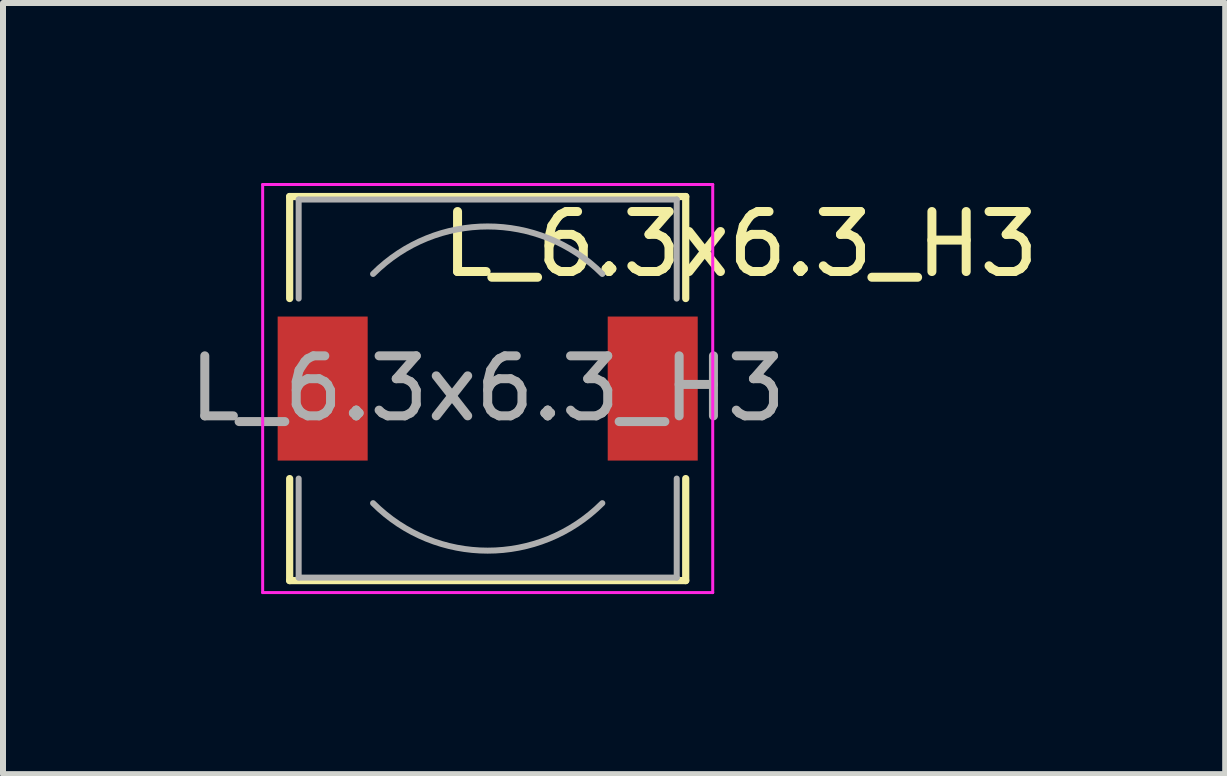
<source format=kicad_pcb>
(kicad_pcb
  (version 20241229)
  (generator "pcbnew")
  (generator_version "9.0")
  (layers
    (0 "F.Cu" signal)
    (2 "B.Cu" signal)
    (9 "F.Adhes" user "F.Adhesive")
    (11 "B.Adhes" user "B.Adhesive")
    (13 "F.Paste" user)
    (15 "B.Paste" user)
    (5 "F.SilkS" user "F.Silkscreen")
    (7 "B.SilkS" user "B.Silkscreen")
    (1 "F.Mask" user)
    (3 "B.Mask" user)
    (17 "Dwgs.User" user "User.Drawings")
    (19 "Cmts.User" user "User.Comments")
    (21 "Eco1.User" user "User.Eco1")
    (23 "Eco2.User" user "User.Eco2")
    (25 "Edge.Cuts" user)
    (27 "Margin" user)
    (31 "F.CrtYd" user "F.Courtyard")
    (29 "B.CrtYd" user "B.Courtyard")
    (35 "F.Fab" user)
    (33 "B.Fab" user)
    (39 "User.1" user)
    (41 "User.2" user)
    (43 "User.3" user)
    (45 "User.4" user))
  (footprint "L_6.3x6.3_H3"
    (layer "F.Cu")
    (at 5.077 3.425)
    (property "Reference" "L_6.3x6.3_H3" (at 4.212 -2.405 180) (layer "F.SilkS") (effects (font (size 1 1) (thickness 0.15))))
    (attr smd)
    (fp_line (start -3.3 -3.2) (end 3.3 -3.2) (stroke (width 0.12) (type solid)) (layer "F.SilkS"))
    (fp_line (start -3.3 -1.5) (end -3.3 -3.2) (stroke (width 0.12) (type solid)) (layer "F.SilkS"))
    (fp_line (start -3.3 3.2) (end -3.3 1.5) (stroke (width 0.12) (type solid)) (layer "F.SilkS"))
    (fp_line (start 3.3 -3.2) (end 3.3 -1.5) (stroke (width 0.12) (type solid)) (layer "F.SilkS"))
    (fp_line (start 3.3 1.5) (end 3.3 3.2) (stroke (width 0.12) (type solid)) (layer "F.SilkS"))
    (fp_line (start 3.3 3.2) (end -3.3 3.2) (stroke (width 0.12) (type solid)) (layer "F.SilkS"))
    (fp_line (start -3.75 -3.4) (end -3.75 3.4) (stroke (width 0.05) (type solid)) (layer "F.CrtYd"))
    (fp_line (start -3.75 3.4) (end 3.75 3.4) (stroke (width 0.05) (type solid)) (layer "F.CrtYd"))
    (fp_line (start 3.75 -3.4) (end -3.75 -3.4) (stroke (width 0.05) (type solid)) (layer "F.CrtYd"))
    (fp_line (start 3.75 3.4) (end 3.75 -3.4) (stroke (width 0.05) (type solid)) (layer "F.CrtYd"))
    (fp_line (start -3.15 -3.15) (end -3.15 -1.5) (stroke (width 0.1) (type solid)) (layer "F.Fab"))
    (fp_line (start -3.15 -3.15) (end 3.15 -3.15) (stroke (width 0.1) (type solid)) (layer "F.Fab"))
    (fp_line (start -3.15 3.15) (end -3.15 1.5) (stroke (width 0.1) (type solid)) (layer "F.Fab"))
    (fp_line (start -3.15 3.15) (end 3.15 3.15) (stroke (width 0.1) (type solid)) (layer "F.Fab"))
    (fp_line (start 3.15 -3.15) (end 3.15 -1.5) (stroke (width 0.1) (type solid)) (layer "F.Fab"))
    (fp_line (start 3.15 3.15) (end 3.15 1.5) (stroke (width 0.1) (type solid)) (layer "F.Fab"))
    (fp_arc (start -1.91 -1.91) (mid 0 -2.701148) (end 1.91 -1.91) (stroke (width 0.1) (type solid)) (layer "F.Fab"))
    (fp_arc (start 1.91 1.91) (mid 0 2.701148) (end -1.91 1.91) (stroke (width 0.1) (type solid)) (layer "F.Fab"))
    (fp_text user "${REFERENCE}" (at 0 0 180) (layer "F.Fab") (effects (font (size 1 1) (thickness 0.15))))
    (pad "1" smd rect (at -2.75 0) (size 1.5 2.4) (layers "F.Cu" "F.Mask" "F.Paste"))
    (pad "2" smd rect (at 2.75 0) (size 1.5 2.4) (layers "F.Cu" "F.Mask" "F.Paste")))
  (gr_rect
    (start -3 -3)
    (end 17.367 9.85)
    (stroke (width 0.1) (type default))
    (fill no)
    (layer "Edge.Cuts")))
</source>
